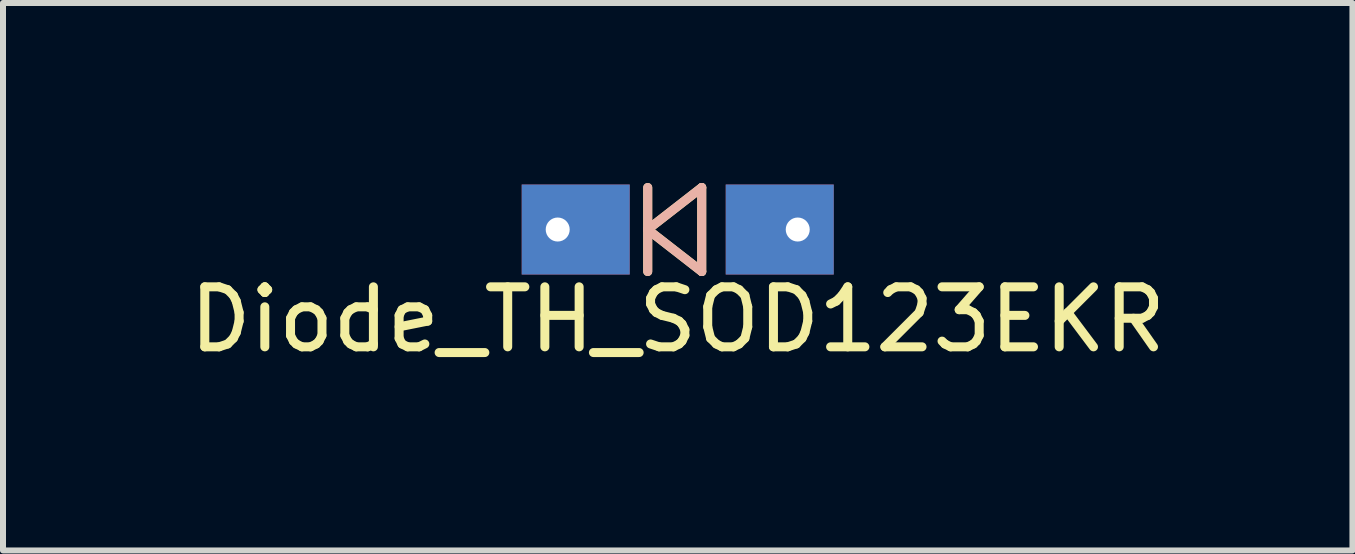
<source format=kicad_pcb>
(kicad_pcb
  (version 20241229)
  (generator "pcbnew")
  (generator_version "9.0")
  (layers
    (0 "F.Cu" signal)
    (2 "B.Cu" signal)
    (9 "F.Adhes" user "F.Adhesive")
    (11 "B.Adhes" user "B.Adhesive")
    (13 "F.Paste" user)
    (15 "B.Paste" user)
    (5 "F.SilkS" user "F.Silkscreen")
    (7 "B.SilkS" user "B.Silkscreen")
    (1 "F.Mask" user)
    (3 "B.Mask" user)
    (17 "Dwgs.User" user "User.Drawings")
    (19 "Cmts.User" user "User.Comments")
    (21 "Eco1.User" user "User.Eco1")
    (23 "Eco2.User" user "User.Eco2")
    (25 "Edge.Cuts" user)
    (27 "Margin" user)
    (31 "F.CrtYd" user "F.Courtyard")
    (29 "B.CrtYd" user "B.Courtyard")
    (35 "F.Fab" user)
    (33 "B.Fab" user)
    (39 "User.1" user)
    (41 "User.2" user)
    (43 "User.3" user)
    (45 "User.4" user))
  (footprint "Diode_TH_SOD123EKR"
    (placed yes)
    (layer "F.Cu")
    (at 8.244 0.775)
    (property "Reference" "Diode_TH_SOD123EKR" (at 0 1.5 0) (layer "F.SilkS") (effects (font (size 1 1) (thickness 0.15))))
    (attr through_hole)
    (fp_line (start -0.5 -0.7) (end -0.5 0.7) (stroke (width 0.15) (type solid)) (layer "F.SilkS"))
    (fp_line (start -0.5 0) (end 0.4 -0.7) (stroke (width 0.15) (type solid)) (layer "F.SilkS"))
    (fp_line (start 0.4 -0.7) (end 0.4 0.7) (stroke (width 0.15) (type solid)) (layer "F.SilkS"))
    (fp_line (start 0.4 0.7) (end -0.5 0) (stroke (width 0.15) (type solid)) (layer "F.SilkS"))
    (fp_line (start -0.5 -0.7) (end -0.5 0.7) (stroke (width 0.15) (type solid)) (layer "B.SilkS"))
    (fp_line (start -0.5 0) (end 0.4 -0.7) (stroke (width 0.15) (type solid)) (layer "B.SilkS"))
    (fp_line (start 0.4 -0.7) (end 0.4 0.7) (stroke (width 0.15) (type solid)) (layer "B.SilkS"))
    (fp_line (start 0.4 0.7) (end -0.5 0) (stroke (width 0.15) (type solid)) (layer "B.SilkS"))
    (pad "1" thru_hole rect (at -2 0 180) (size 1 1) (drill 0.4) (layers "*.Cu" "*.Mask"))
    (pad "1" smd rect (at -1.7 0) (size 1.8 1.5) (layers "F.Cu" "F.Mask" "F.Paste"))
    (pad "1" smd rect (at -1.7 0) (size 1.8 1.5) (layers "B.Cu" "B.Mask" "B.Paste"))
    (pad "2" smd rect (at 1.7 0) (size 1.8 1.5) (layers "F.Cu" "F.Mask" "F.Paste"))
    (pad "2" smd rect (at 1.7 0) (size 1.8 1.5) (layers "B.Cu" "B.Mask" "B.Paste"))
    (pad "2" thru_hole rect (at 2 0 180) (size 1 1) (drill 0.4) (layers "*.Cu" "*.Mask")))
  (gr_rect
    (start -3 -3)
    (end 19.488 6.123)
    (stroke (width 0.1) (type default))
    (fill no)
    (layer "Edge.Cuts")))
</source>
